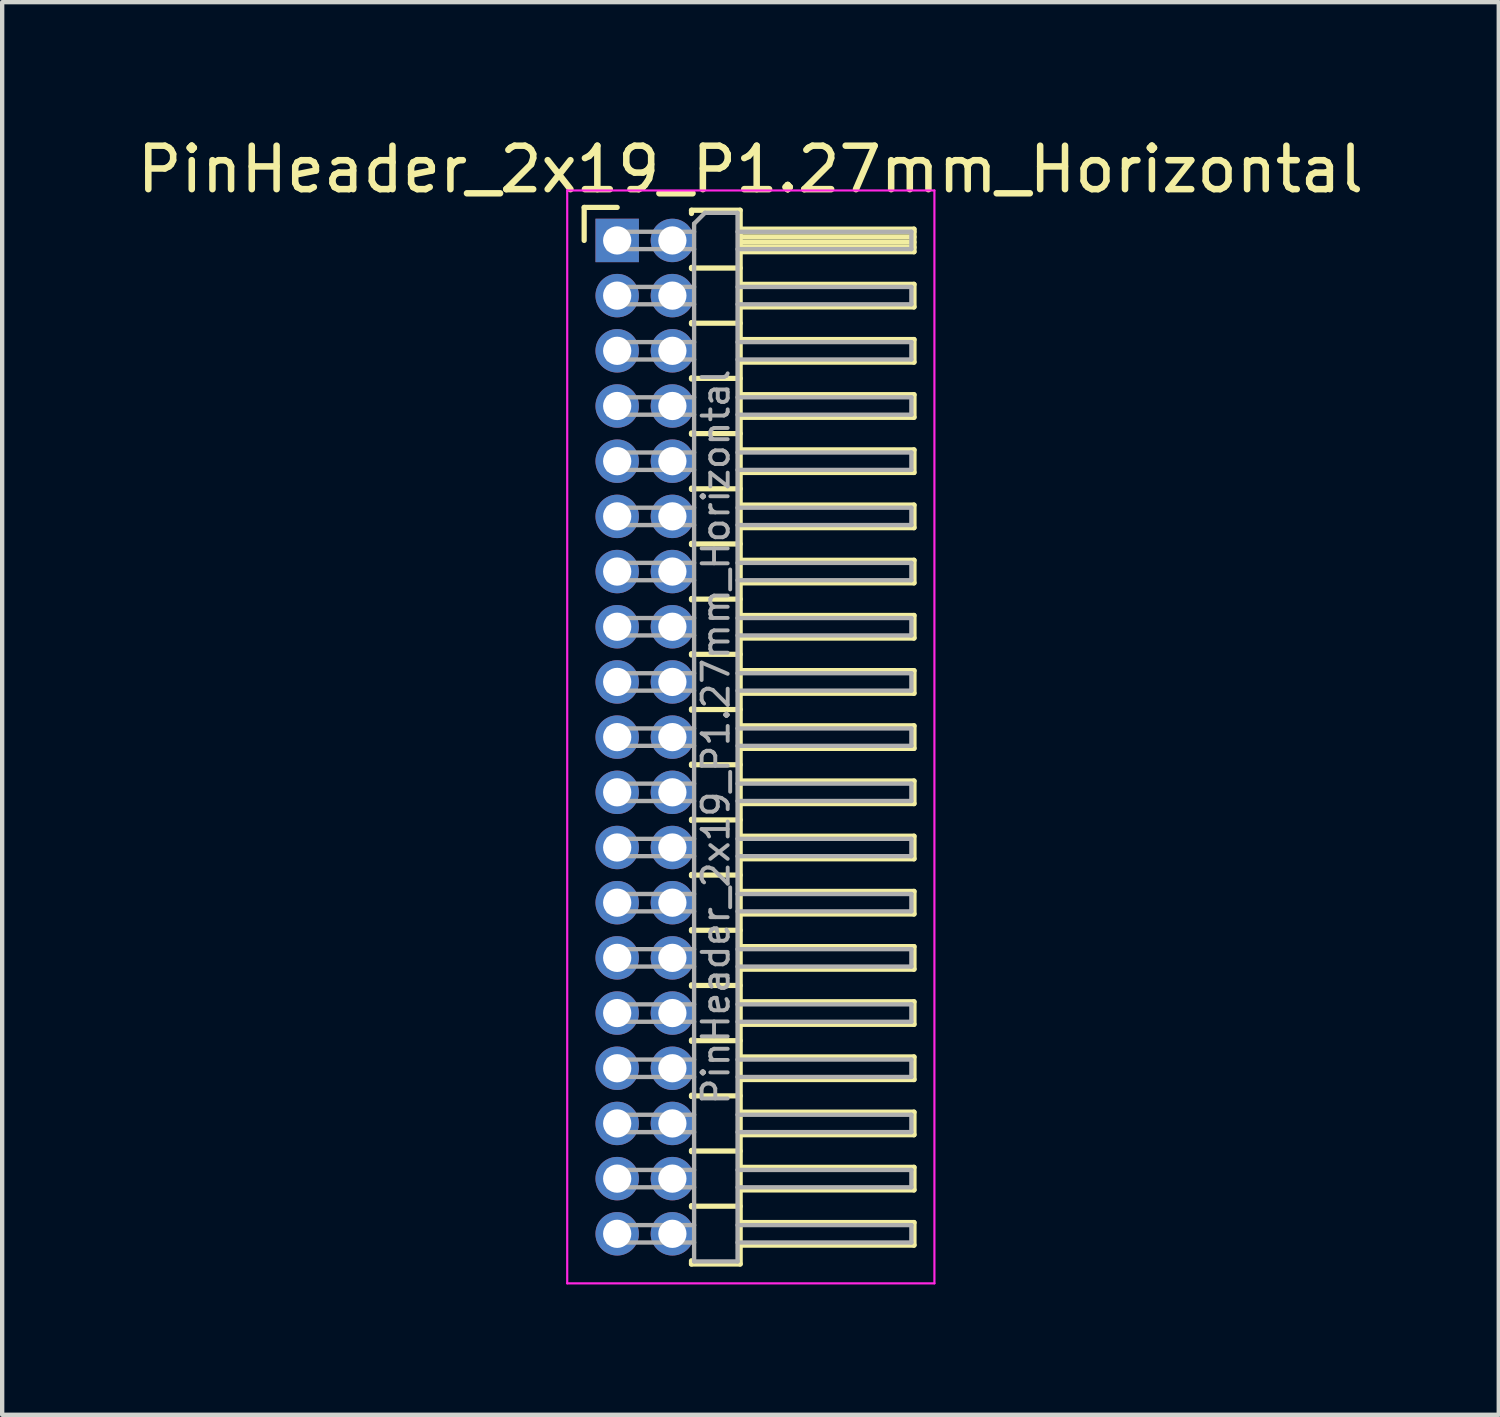
<source format=kicad_pcb>
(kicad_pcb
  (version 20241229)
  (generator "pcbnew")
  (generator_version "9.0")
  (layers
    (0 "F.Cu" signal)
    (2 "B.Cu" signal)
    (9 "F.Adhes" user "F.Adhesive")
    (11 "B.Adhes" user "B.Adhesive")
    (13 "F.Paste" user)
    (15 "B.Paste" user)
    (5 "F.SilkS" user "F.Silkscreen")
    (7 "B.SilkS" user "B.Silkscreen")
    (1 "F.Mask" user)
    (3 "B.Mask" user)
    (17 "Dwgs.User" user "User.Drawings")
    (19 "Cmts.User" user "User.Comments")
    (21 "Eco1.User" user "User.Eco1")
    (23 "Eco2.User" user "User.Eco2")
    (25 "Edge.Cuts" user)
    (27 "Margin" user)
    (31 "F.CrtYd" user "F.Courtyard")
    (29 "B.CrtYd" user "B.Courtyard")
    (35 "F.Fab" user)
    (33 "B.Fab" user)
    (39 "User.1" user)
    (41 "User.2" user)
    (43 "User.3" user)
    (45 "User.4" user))
  (footprint "PinHeader_2x19_P1.27mm_Horizontal"
    (layer "F.Cu")
    (at 11.153 2.483)
    (property "Reference" "PinHeader_2x19_P1.27mm_Horizontal" (at 3.067 -1.635 0) (layer "F.SilkS") (effects (font (size 1 1) (thickness 0.15))))
    (attr through_hole)
    (fp_line (start -0.76 -0.76) (end 0 -0.76) (stroke (width 0.12) (type solid)) (layer "F.SilkS"))
    (fp_line (start -0.76 0) (end -0.76 -0.76) (stroke (width 0.12) (type solid)) (layer "F.SilkS"))
    (fp_line (start 1.71 -0.695) (end 2.83 -0.695) (stroke (width 0.12) (type solid)) (layer "F.SilkS"))
    (fp_line (start 1.71 -0.62) (end 1.71 -0.695) (stroke (width 0.12) (type solid)) (layer "F.SilkS"))
    (fp_line (start 1.71 0.62) (end 1.71 0.65) (stroke (width 0.12) (type solid)) (layer "F.SilkS"))
    (fp_line (start 1.71 0.635) (end 2.83 0.635) (stroke (width 0.12) (type solid)) (layer "F.SilkS"))
    (fp_line (start 1.71 1.89) (end 1.71 1.92) (stroke (width 0.12) (type solid)) (layer "F.SilkS"))
    (fp_line (start 1.71 1.905) (end 2.83 1.905) (stroke (width 0.12) (type solid)) (layer "F.SilkS"))
    (fp_line (start 1.71 3.16) (end 1.71 3.19) (stroke (width 0.12) (type solid)) (layer "F.SilkS"))
    (fp_line (start 1.71 3.175) (end 2.83 3.175) (stroke (width 0.12) (type solid)) (layer "F.SilkS"))
    (fp_line (start 1.71 4.43) (end 1.71 4.46) (stroke (width 0.12) (type solid)) (layer "F.SilkS"))
    (fp_line (start 1.71 4.445) (end 2.83 4.445) (stroke (width 0.12) (type solid)) (layer "F.SilkS"))
    (fp_line (start 1.71 5.7) (end 1.71 5.73) (stroke (width 0.12) (type solid)) (layer "F.SilkS"))
    (fp_line (start 1.71 5.715) (end 2.83 5.715) (stroke (width 0.12) (type solid)) (layer "F.SilkS"))
    (fp_line (start 1.71 6.97) (end 1.71 7) (stroke (width 0.12) (type solid)) (layer "F.SilkS"))
    (fp_line (start 1.71 6.985) (end 2.83 6.985) (stroke (width 0.12) (type solid)) (layer "F.SilkS"))
    (fp_line (start 1.71 8.24) (end 1.71 8.27) (stroke (width 0.12) (type solid)) (layer "F.SilkS"))
    (fp_line (start 1.71 8.255) (end 2.83 8.255) (stroke (width 0.12) (type solid)) (layer "F.SilkS"))
    (fp_line (start 1.71 9.51) (end 1.71 9.54) (stroke (width 0.12) (type solid)) (layer "F.SilkS"))
    (fp_line (start 1.71 9.525) (end 2.83 9.525) (stroke (width 0.12) (type solid)) (layer "F.SilkS"))
    (fp_line (start 1.71 10.78) (end 1.71 10.81) (stroke (width 0.12) (type solid)) (layer "F.SilkS"))
    (fp_line (start 1.71 10.795) (end 2.83 10.795) (stroke (width 0.12) (type solid)) (layer "F.SilkS"))
    (fp_line (start 1.71 12.05) (end 1.71 12.08) (stroke (width 0.12) (type solid)) (layer "F.SilkS"))
    (fp_line (start 1.71 12.065) (end 2.83 12.065) (stroke (width 0.12) (type solid)) (layer "F.SilkS"))
    (fp_line (start 1.71 13.32) (end 1.71 13.35) (stroke (width 0.12) (type solid)) (layer "F.SilkS"))
    (fp_line (start 1.71 13.335) (end 2.83 13.335) (stroke (width 0.12) (type solid)) (layer "F.SilkS"))
    (fp_line (start 1.71 14.59) (end 1.71 14.62) (stroke (width 0.12) (type solid)) (layer "F.SilkS"))
    (fp_line (start 1.71 14.605) (end 2.83 14.605) (stroke (width 0.12) (type solid)) (layer "F.SilkS"))
    (fp_line (start 1.71 15.86) (end 1.71 15.89) (stroke (width 0.12) (type solid)) (layer "F.SilkS"))
    (fp_line (start 1.71 15.875) (end 2.83 15.875) (stroke (width 0.12) (type solid)) (layer "F.SilkS"))
    (fp_line (start 1.71 17.13) (end 1.71 17.16) (stroke (width 0.12) (type solid)) (layer "F.SilkS"))
    (fp_line (start 1.71 17.145) (end 2.83 17.145) (stroke (width 0.12) (type solid)) (layer "F.SilkS"))
    (fp_line (start 1.71 18.4) (end 1.71 18.43) (stroke (width 0.12) (type solid)) (layer "F.SilkS"))
    (fp_line (start 1.71 18.415) (end 2.83 18.415) (stroke (width 0.12) (type solid)) (layer "F.SilkS"))
    (fp_line (start 1.71 19.67) (end 1.71 19.7) (stroke (width 0.12) (type solid)) (layer "F.SilkS"))
    (fp_line (start 1.71 19.685) (end 2.83 19.685) (stroke (width 0.12) (type solid)) (layer "F.SilkS"))
    (fp_line (start 1.71 20.94) (end 1.71 20.97) (stroke (width 0.12) (type solid)) (layer "F.SilkS"))
    (fp_line (start 1.71 20.955) (end 2.83 20.955) (stroke (width 0.12) (type solid)) (layer "F.SilkS"))
    (fp_line (start 1.71 22.21) (end 1.71 22.24) (stroke (width 0.12) (type solid)) (layer "F.SilkS"))
    (fp_line (start 1.71 22.225) (end 2.83 22.225) (stroke (width 0.12) (type solid)) (layer "F.SilkS"))
    (fp_line (start 1.71 23.555) (end 1.71 23.48) (stroke (width 0.12) (type solid)) (layer "F.SilkS"))
    (fp_line (start 2.83 -0.695) (end 2.83 23.555) (stroke (width 0.12) (type solid)) (layer "F.SilkS"))
    (fp_line (start 2.83 -0.26) (end 6.83 -0.26) (stroke (width 0.12) (type solid)) (layer "F.SilkS"))
    (fp_line (start 2.83 -0.2) (end 6.83 -0.2) (stroke (width 0.12) (type solid)) (layer "F.SilkS"))
    (fp_line (start 2.83 -0.08) (end 6.83 -0.08) (stroke (width 0.12) (type solid)) (layer "F.SilkS"))
    (fp_line (start 2.83 0.04) (end 6.83 0.04) (stroke (width 0.12) (type solid)) (layer "F.SilkS"))
    (fp_line (start 2.83 0.16) (end 6.83 0.16) (stroke (width 0.12) (type solid)) (layer "F.SilkS"))
    (fp_line (start 2.83 1.01) (end 6.83 1.01) (stroke (width 0.12) (type solid)) (layer "F.SilkS"))
    (fp_line (start 2.83 2.28) (end 6.83 2.28) (stroke (width 0.12) (type solid)) (layer "F.SilkS"))
    (fp_line (start 2.83 3.55) (end 6.83 3.55) (stroke (width 0.12) (type solid)) (layer "F.SilkS"))
    (fp_line (start 2.83 4.82) (end 6.83 4.82) (stroke (width 0.12) (type solid)) (layer "F.SilkS"))
    (fp_line (start 2.83 6.09) (end 6.83 6.09) (stroke (width 0.12) (type solid)) (layer "F.SilkS"))
    (fp_line (start 2.83 7.36) (end 6.83 7.36) (stroke (width 0.12) (type solid)) (layer "F.SilkS"))
    (fp_line (start 2.83 8.63) (end 6.83 8.63) (stroke (width 0.12) (type solid)) (layer "F.SilkS"))
    (fp_line (start 2.83 9.9) (end 6.83 9.9) (stroke (width 0.12) (type solid)) (layer "F.SilkS"))
    (fp_line (start 2.83 11.17) (end 6.83 11.17) (stroke (width 0.12) (type solid)) (layer "F.SilkS"))
    (fp_line (start 2.83 12.44) (end 6.83 12.44) (stroke (width 0.12) (type solid)) (layer "F.SilkS"))
    (fp_line (start 2.83 13.71) (end 6.83 13.71) (stroke (width 0.12) (type solid)) (layer "F.SilkS"))
    (fp_line (start 2.83 14.98) (end 6.83 14.98) (stroke (width 0.12) (type solid)) (layer "F.SilkS"))
    (fp_line (start 2.83 16.25) (end 6.83 16.25) (stroke (width 0.12) (type solid)) (layer "F.SilkS"))
    (fp_line (start 2.83 17.52) (end 6.83 17.52) (stroke (width 0.12) (type solid)) (layer "F.SilkS"))
    (fp_line (start 2.83 18.79) (end 6.83 18.79) (stroke (width 0.12) (type solid)) (layer "F.SilkS"))
    (fp_line (start 2.83 20.06) (end 6.83 20.06) (stroke (width 0.12) (type solid)) (layer "F.SilkS"))
    (fp_line (start 2.83 21.33) (end 6.83 21.33) (stroke (width 0.12) (type solid)) (layer "F.SilkS"))
    (fp_line (start 2.83 22.6) (end 6.83 22.6) (stroke (width 0.12) (type solid)) (layer "F.SilkS"))
    (fp_line (start 2.83 23.555) (end 1.71 23.555) (stroke (width 0.12) (type solid)) (layer "F.SilkS"))
    (fp_line (start 6.83 -0.26) (end 6.83 0.26) (stroke (width 0.12) (type solid)) (layer "F.SilkS"))
    (fp_line (start 6.83 0.26) (end 2.83 0.26) (stroke (width 0.12) (type solid)) (layer "F.SilkS"))
    (fp_line (start 6.83 1.01) (end 6.83 1.53) (stroke (width 0.12) (type solid)) (layer "F.SilkS"))
    (fp_line (start 6.83 1.53) (end 2.83 1.53) (stroke (width 0.12) (type solid)) (layer "F.SilkS"))
    (fp_line (start 6.83 2.28) (end 6.83 2.8) (stroke (width 0.12) (type solid)) (layer "F.SilkS"))
    (fp_line (start 6.83 2.8) (end 2.83 2.8) (stroke (width 0.12) (type solid)) (layer "F.SilkS"))
    (fp_line (start 6.83 3.55) (end 6.83 4.07) (stroke (width 0.12) (type solid)) (layer "F.SilkS"))
    (fp_line (start 6.83 4.07) (end 2.83 4.07) (stroke (width 0.12) (type solid)) (layer "F.SilkS"))
    (fp_line (start 6.83 4.82) (end 6.83 5.34) (stroke (width 0.12) (type solid)) (layer "F.SilkS"))
    (fp_line (start 6.83 5.34) (end 2.83 5.34) (stroke (width 0.12) (type solid)) (layer "F.SilkS"))
    (fp_line (start 6.83 6.09) (end 6.83 6.61) (stroke (width 0.12) (type solid)) (layer "F.SilkS"))
    (fp_line (start 6.83 6.61) (end 2.83 6.61) (stroke (width 0.12) (type solid)) (layer "F.SilkS"))
    (fp_line (start 6.83 7.36) (end 6.83 7.88) (stroke (width 0.12) (type solid)) (layer "F.SilkS"))
    (fp_line (start 6.83 7.88) (end 2.83 7.88) (stroke (width 0.12) (type solid)) (layer "F.SilkS"))
    (fp_line (start 6.83 8.63) (end 6.83 9.15) (stroke (width 0.12) (type solid)) (layer "F.SilkS"))
    (fp_line (start 6.83 9.15) (end 2.83 9.15) (stroke (width 0.12) (type solid)) (layer "F.SilkS"))
    (fp_line (start 6.83 9.9) (end 6.83 10.42) (stroke (width 0.12) (type solid)) (layer "F.SilkS"))
    (fp_line (start 6.83 10.42) (end 2.83 10.42) (stroke (width 0.12) (type solid)) (layer "F.SilkS"))
    (fp_line (start 6.83 11.17) (end 6.83 11.69) (stroke (width 0.12) (type solid)) (layer "F.SilkS"))
    (fp_line (start 6.83 11.69) (end 2.83 11.69) (stroke (width 0.12) (type solid)) (layer "F.SilkS"))
    (fp_line (start 6.83 12.44) (end 6.83 12.96) (stroke (width 0.12) (type solid)) (layer "F.SilkS"))
    (fp_line (start 6.83 12.96) (end 2.83 12.96) (stroke (width 0.12) (type solid)) (layer "F.SilkS"))
    (fp_line (start 6.83 13.71) (end 6.83 14.23) (stroke (width 0.12) (type solid)) (layer "F.SilkS"))
    (fp_line (start 6.83 14.23) (end 2.83 14.23) (stroke (width 0.12) (type solid)) (layer "F.SilkS"))
    (fp_line (start 6.83 14.98) (end 6.83 15.5) (stroke (width 0.12) (type solid)) (layer "F.SilkS"))
    (fp_line (start 6.83 15.5) (end 2.83 15.5) (stroke (width 0.12) (type solid)) (layer "F.SilkS"))
    (fp_line (start 6.83 16.25) (end 6.83 16.77) (stroke (width 0.12) (type solid)) (layer "F.SilkS"))
    (fp_line (start 6.83 16.77) (end 2.83 16.77) (stroke (width 0.12) (type solid)) (layer "F.SilkS"))
    (fp_line (start 6.83 17.52) (end 6.83 18.04) (stroke (width 0.12) (type solid)) (layer "F.SilkS"))
    (fp_line (start 6.83 18.04) (end 2.83 18.04) (stroke (width 0.12) (type solid)) (layer "F.SilkS"))
    (fp_line (start 6.83 18.79) (end 6.83 19.31) (stroke (width 0.12) (type solid)) (layer "F.SilkS"))
    (fp_line (start 6.83 19.31) (end 2.83 19.31) (stroke (width 0.12) (type solid)) (layer "F.SilkS"))
    (fp_line (start 6.83 20.06) (end 6.83 20.58) (stroke (width 0.12) (type solid)) (layer "F.SilkS"))
    (fp_line (start 6.83 20.58) (end 2.83 20.58) (stroke (width 0.12) (type solid)) (layer "F.SilkS"))
    (fp_line (start 6.83 21.33) (end 6.83 21.85) (stroke (width 0.12) (type solid)) (layer "F.SilkS"))
    (fp_line (start 6.83 21.85) (end 2.83 21.85) (stroke (width 0.12) (type solid)) (layer "F.SilkS"))
    (fp_line (start 6.83 22.6) (end 6.83 23.12) (stroke (width 0.12) (type solid)) (layer "F.SilkS"))
    (fp_line (start 6.83 23.12) (end 2.83 23.12) (stroke (width 0.12) (type solid)) (layer "F.SilkS"))
    (fp_line (start -1.15 -1.15) (end -1.15 24) (stroke (width 0.05) (type solid)) (layer "F.CrtYd"))
    (fp_line (start -1.15 24) (end 7.3 24) (stroke (width 0.05) (type solid)) (layer "F.CrtYd"))
    (fp_line (start 7.3 -1.15) (end -1.15 -1.15) (stroke (width 0.05) (type solid)) (layer "F.CrtYd"))
    (fp_line (start 7.3 24) (end 7.3 -1.15) (stroke (width 0.05) (type solid)) (layer "F.CrtYd"))
    (fp_line (start -0.2 -0.2) (end -0.2 0.2) (stroke (width 0.1) (type solid)) (layer "F.Fab"))
    (fp_line (start -0.2 -0.2) (end 1.77 -0.2) (stroke (width 0.1) (type solid)) (layer "F.Fab"))
    (fp_line (start -0.2 0.2) (end 1.77 0.2) (stroke (width 0.1) (type solid)) (layer "F.Fab"))
    (fp_line (start -0.2 1.07) (end -0.2 1.47) (stroke (width 0.1) (type solid)) (layer "F.Fab"))
    (fp_line (start -0.2 1.07) (end 1.77 1.07) (stroke (width 0.1) (type solid)) (layer "F.Fab"))
    (fp_line (start -0.2 1.47) (end 1.77 1.47) (stroke (width 0.1) (type solid)) (layer "F.Fab"))
    (fp_line (start -0.2 2.34) (end -0.2 2.74) (stroke (width 0.1) (type solid)) (layer "F.Fab"))
    (fp_line (start -0.2 2.34) (end 1.77 2.34) (stroke (width 0.1) (type solid)) (layer "F.Fab"))
    (fp_line (start -0.2 2.74) (end 1.77 2.74) (stroke (width 0.1) (type solid)) (layer "F.Fab"))
    (fp_line (start -0.2 3.61) (end -0.2 4.01) (stroke (width 0.1) (type solid)) (layer "F.Fab"))
    (fp_line (start -0.2 3.61) (end 1.77 3.61) (stroke (width 0.1) (type solid)) (layer "F.Fab"))
    (fp_line (start -0.2 4.01) (end 1.77 4.01) (stroke (width 0.1) (type solid)) (layer "F.Fab"))
    (fp_line (start -0.2 4.88) (end -0.2 5.28) (stroke (width 0.1) (type solid)) (layer "F.Fab"))
    (fp_line (start -0.2 4.88) (end 1.77 4.88) (stroke (width 0.1) (type solid)) (layer "F.Fab"))
    (fp_line (start -0.2 5.28) (end 1.77 5.28) (stroke (width 0.1) (type solid)) (layer "F.Fab"))
    (fp_line (start -0.2 6.15) (end -0.2 6.55) (stroke (width 0.1) (type solid)) (layer "F.Fab"))
    (fp_line (start -0.2 6.15) (end 1.77 6.15) (stroke (width 0.1) (type solid)) (layer "F.Fab"))
    (fp_line (start -0.2 6.55) (end 1.77 6.55) (stroke (width 0.1) (type solid)) (layer "F.Fab"))
    (fp_line (start -0.2 7.42) (end -0.2 7.82) (stroke (width 0.1) (type solid)) (layer "F.Fab"))
    (fp_line (start -0.2 7.42) (end 1.77 7.42) (stroke (width 0.1) (type solid)) (layer "F.Fab"))
    (fp_line (start -0.2 7.82) (end 1.77 7.82) (stroke (width 0.1) (type solid)) (layer "F.Fab"))
    (fp_line (start -0.2 8.69) (end -0.2 9.09) (stroke (width 0.1) (type solid)) (layer "F.Fab"))
    (fp_line (start -0.2 8.69) (end 1.77 8.69) (stroke (width 0.1) (type solid)) (layer "F.Fab"))
    (fp_line (start -0.2 9.09) (end 1.77 9.09) (stroke (width 0.1) (type solid)) (layer "F.Fab"))
    (fp_line (start -0.2 9.96) (end -0.2 10.36) (stroke (width 0.1) (type solid)) (layer "F.Fab"))
    (fp_line (start -0.2 9.96) (end 1.77 9.96) (stroke (width 0.1) (type solid)) (layer "F.Fab"))
    (fp_line (start -0.2 10.36) (end 1.77 10.36) (stroke (width 0.1) (type solid)) (layer "F.Fab"))
    (fp_line (start -0.2 11.23) (end -0.2 11.63) (stroke (width 0.1) (type solid)) (layer "F.Fab"))
    (fp_line (start -0.2 11.23) (end 1.77 11.23) (stroke (width 0.1) (type solid)) (layer "F.Fab"))
    (fp_line (start -0.2 11.63) (end 1.77 11.63) (stroke (width 0.1) (type solid)) (layer "F.Fab"))
    (fp_line (start -0.2 12.5) (end -0.2 12.9) (stroke (width 0.1) (type solid)) (layer "F.Fab"))
    (fp_line (start -0.2 12.5) (end 1.77 12.5) (stroke (width 0.1) (type solid)) (layer "F.Fab"))
    (fp_line (start -0.2 12.9) (end 1.77 12.9) (stroke (width 0.1) (type solid)) (layer "F.Fab"))
    (fp_line (start -0.2 13.77) (end -0.2 14.17) (stroke (width 0.1) (type solid)) (layer "F.Fab"))
    (fp_line (start -0.2 13.77) (end 1.77 13.77) (stroke (width 0.1) (type solid)) (layer "F.Fab"))
    (fp_line (start -0.2 14.17) (end 1.77 14.17) (stroke (width 0.1) (type solid)) (layer "F.Fab"))
    (fp_line (start -0.2 15.04) (end -0.2 15.44) (stroke (width 0.1) (type solid)) (layer "F.Fab"))
    (fp_line (start -0.2 15.04) (end 1.77 15.04) (stroke (width 0.1) (type solid)) (layer "F.Fab"))
    (fp_line (start -0.2 15.44) (end 1.77 15.44) (stroke (width 0.1) (type solid)) (layer "F.Fab"))
    (fp_line (start -0.2 16.31) (end -0.2 16.71) (stroke (width 0.1) (type solid)) (layer "F.Fab"))
    (fp_line (start -0.2 16.31) (end 1.77 16.31) (stroke (width 0.1) (type solid)) (layer "F.Fab"))
    (fp_line (start -0.2 16.71) (end 1.77 16.71) (stroke (width 0.1) (type solid)) (layer "F.Fab"))
    (fp_line (start -0.2 17.58) (end -0.2 17.98) (stroke (width 0.1) (type solid)) (layer "F.Fab"))
    (fp_line (start -0.2 17.58) (end 1.77 17.58) (stroke (width 0.1) (type solid)) (layer "F.Fab"))
    (fp_line (start -0.2 17.98) (end 1.77 17.98) (stroke (width 0.1) (type solid)) (layer "F.Fab"))
    (fp_line (start -0.2 18.85) (end -0.2 19.25) (stroke (width 0.1) (type solid)) (layer "F.Fab"))
    (fp_line (start -0.2 18.85) (end 1.77 18.85) (stroke (width 0.1) (type solid)) (layer "F.Fab"))
    (fp_line (start -0.2 19.25) (end 1.77 19.25) (stroke (width 0.1) (type solid)) (layer "F.Fab"))
    (fp_line (start -0.2 20.12) (end -0.2 20.52) (stroke (width 0.1) (type solid)) (layer "F.Fab"))
    (fp_line (start -0.2 20.12) (end 1.77 20.12) (stroke (width 0.1) (type solid)) (layer "F.Fab"))
    (fp_line (start -0.2 20.52) (end 1.77 20.52) (stroke (width 0.1) (type solid)) (layer "F.Fab"))
    (fp_line (start -0.2 21.39) (end -0.2 21.79) (stroke (width 0.1) (type solid)) (layer "F.Fab"))
    (fp_line (start -0.2 21.39) (end 1.77 21.39) (stroke (width 0.1) (type solid)) (layer "F.Fab"))
    (fp_line (start -0.2 21.79) (end 1.77 21.79) (stroke (width 0.1) (type solid)) (layer "F.Fab"))
    (fp_line (start -0.2 22.66) (end -0.2 23.06) (stroke (width 0.1) (type solid)) (layer "F.Fab"))
    (fp_line (start -0.2 22.66) (end 1.77 22.66) (stroke (width 0.1) (type solid)) (layer "F.Fab"))
    (fp_line (start -0.2 23.06) (end 1.77 23.06) (stroke (width 0.1) (type solid)) (layer "F.Fab"))
    (fp_line (start 1.77 -0.385) (end 2.02 -0.635) (stroke (width 0.1) (type solid)) (layer "F.Fab"))
    (fp_line (start 1.77 23.495) (end 1.77 -0.385) (stroke (width 0.1) (type solid)) (layer "F.Fab"))
    (fp_line (start 2.02 -0.635) (end 2.77 -0.635) (stroke (width 0.1) (type solid)) (layer "F.Fab"))
    (fp_line (start 2.77 -0.635) (end 2.77 23.495) (stroke (width 0.1) (type solid)) (layer "F.Fab"))
    (fp_line (start 2.77 -0.2) (end 6.77 -0.2) (stroke (width 0.1) (type solid)) (layer "F.Fab"))
    (fp_line (start 2.77 0.2) (end 6.77 0.2) (stroke (width 0.1) (type solid)) (layer "F.Fab"))
    (fp_line (start 2.77 1.07) (end 6.77 1.07) (stroke (width 0.1) (type solid)) (layer "F.Fab"))
    (fp_line (start 2.77 1.47) (end 6.77 1.47) (stroke (width 0.1) (type solid)) (layer "F.Fab"))
    (fp_line (start 2.77 2.34) (end 6.77 2.34) (stroke (width 0.1) (type solid)) (layer "F.Fab"))
    (fp_line (start 2.77 2.74) (end 6.77 2.74) (stroke (width 0.1) (type solid)) (layer "F.Fab"))
    (fp_line (start 2.77 3.61) (end 6.77 3.61) (stroke (width 0.1) (type solid)) (layer "F.Fab"))
    (fp_line (start 2.77 4.01) (end 6.77 4.01) (stroke (width 0.1) (type solid)) (layer "F.Fab"))
    (fp_line (start 2.77 4.88) (end 6.77 4.88) (stroke (width 0.1) (type solid)) (layer "F.Fab"))
    (fp_line (start 2.77 5.28) (end 6.77 5.28) (stroke (width 0.1) (type solid)) (layer "F.Fab"))
    (fp_line (start 2.77 6.15) (end 6.77 6.15) (stroke (width 0.1) (type solid)) (layer "F.Fab"))
    (fp_line (start 2.77 6.55) (end 6.77 6.55) (stroke (width 0.1) (type solid)) (layer "F.Fab"))
    (fp_line (start 2.77 7.42) (end 6.77 7.42) (stroke (width 0.1) (type solid)) (layer "F.Fab"))
    (fp_line (start 2.77 7.82) (end 6.77 7.82) (stroke (width 0.1) (type solid)) (layer "F.Fab"))
    (fp_line (start 2.77 8.69) (end 6.77 8.69) (stroke (width 0.1) (type solid)) (layer "F.Fab"))
    (fp_line (start 2.77 9.09) (end 6.77 9.09) (stroke (width 0.1) (type solid)) (layer "F.Fab"))
    (fp_line (start 2.77 9.96) (end 6.77 9.96) (stroke (width 0.1) (type solid)) (layer "F.Fab"))
    (fp_line (start 2.77 10.36) (end 6.77 10.36) (stroke (width 0.1) (type solid)) (layer "F.Fab"))
    (fp_line (start 2.77 11.23) (end 6.77 11.23) (stroke (width 0.1) (type solid)) (layer "F.Fab"))
    (fp_line (start 2.77 11.63) (end 6.77 11.63) (stroke (width 0.1) (type solid)) (layer "F.Fab"))
    (fp_line (start 2.77 12.5) (end 6.77 12.5) (stroke (width 0.1) (type solid)) (layer "F.Fab"))
    (fp_line (start 2.77 12.9) (end 6.77 12.9) (stroke (width 0.1) (type solid)) (layer "F.Fab"))
    (fp_line (start 2.77 13.77) (end 6.77 13.77) (stroke (width 0.1) (type solid)) (layer "F.Fab"))
    (fp_line (start 2.77 14.17) (end 6.77 14.17) (stroke (width 0.1) (type solid)) (layer "F.Fab"))
    (fp_line (start 2.77 15.04) (end 6.77 15.04) (stroke (width 0.1) (type solid)) (layer "F.Fab"))
    (fp_line (start 2.77 15.44) (end 6.77 15.44) (stroke (width 0.1) (type solid)) (layer "F.Fab"))
    (fp_line (start 2.77 16.31) (end 6.77 16.31) (stroke (width 0.1) (type solid)) (layer "F.Fab"))
    (fp_line (start 2.77 16.71) (end 6.77 16.71) (stroke (width 0.1) (type solid)) (layer "F.Fab"))
    (fp_line (start 2.77 17.58) (end 6.77 17.58) (stroke (width 0.1) (type solid)) (layer "F.Fab"))
    (fp_line (start 2.77 17.98) (end 6.77 17.98) (stroke (width 0.1) (type solid)) (layer "F.Fab"))
    (fp_line (start 2.77 18.85) (end 6.77 18.85) (stroke (width 0.1) (type solid)) (layer "F.Fab"))
    (fp_line (start 2.77 19.25) (end 6.77 19.25) (stroke (width 0.1) (type solid)) (layer "F.Fab"))
    (fp_line (start 2.77 20.12) (end 6.77 20.12) (stroke (width 0.1) (type solid)) (layer "F.Fab"))
    (fp_line (start 2.77 20.52) (end 6.77 20.52) (stroke (width 0.1) (type solid)) (layer "F.Fab"))
    (fp_line (start 2.77 21.39) (end 6.77 21.39) (stroke (width 0.1) (type solid)) (layer "F.Fab"))
    (fp_line (start 2.77 21.79) (end 6.77 21.79) (stroke (width 0.1) (type solid)) (layer "F.Fab"))
    (fp_line (start 2.77 22.66) (end 6.77 22.66) (stroke (width 0.1) (type solid)) (layer "F.Fab"))
    (fp_line (start 2.77 23.06) (end 6.77 23.06) (stroke (width 0.1) (type solid)) (layer "F.Fab"))
    (fp_line (start 2.77 23.495) (end 1.77 23.495) (stroke (width 0.1) (type solid)) (layer "F.Fab"))
    (fp_line (start 6.77 -0.2) (end 6.77 0.2) (stroke (width 0.1) (type solid)) (layer "F.Fab"))
    (fp_line (start 6.77 1.07) (end 6.77 1.47) (stroke (width 0.1) (type solid)) (layer "F.Fab"))
    (fp_line (start 6.77 2.34) (end 6.77 2.74) (stroke (width 0.1) (type solid)) (layer "F.Fab"))
    (fp_line (start 6.77 3.61) (end 6.77 4.01) (stroke (width 0.1) (type solid)) (layer "F.Fab"))
    (fp_line (start 6.77 4.88) (end 6.77 5.28) (stroke (width 0.1) (type solid)) (layer "F.Fab"))
    (fp_line (start 6.77 6.15) (end 6.77 6.55) (stroke (width 0.1) (type solid)) (layer "F.Fab"))
    (fp_line (start 6.77 7.42) (end 6.77 7.82) (stroke (width 0.1) (type solid)) (layer "F.Fab"))
    (fp_line (start 6.77 8.69) (end 6.77 9.09) (stroke (width 0.1) (type solid)) (layer "F.Fab"))
    (fp_line (start 6.77 9.96) (end 6.77 10.36) (stroke (width 0.1) (type solid)) (layer "F.Fab"))
    (fp_line (start 6.77 11.23) (end 6.77 11.63) (stroke (width 0.1) (type solid)) (layer "F.Fab"))
    (fp_line (start 6.77 12.5) (end 6.77 12.9) (stroke (width 0.1) (type solid)) (layer "F.Fab"))
    (fp_line (start 6.77 13.77) (end 6.77 14.17) (stroke (width 0.1) (type solid)) (layer "F.Fab"))
    (fp_line (start 6.77 15.04) (end 6.77 15.44) (stroke (width 0.1) (type solid)) (layer "F.Fab"))
    (fp_line (start 6.77 16.31) (end 6.77 16.71) (stroke (width 0.1) (type solid)) (layer "F.Fab"))
    (fp_line (start 6.77 17.58) (end 6.77 17.98) (stroke (width 0.1) (type solid)) (layer "F.Fab"))
    (fp_line (start 6.77 18.85) (end 6.77 19.25) (stroke (width 0.1) (type solid)) (layer "F.Fab"))
    (fp_line (start 6.77 20.12) (end 6.77 20.52) (stroke (width 0.1) (type solid)) (layer "F.Fab"))
    (fp_line (start 6.77 21.39) (end 6.77 21.79) (stroke (width 0.1) (type solid)) (layer "F.Fab"))
    (fp_line (start 6.77 22.66) (end 6.77 23.06) (stroke (width 0.1) (type solid)) (layer "F.Fab"))
    (fp_text user "${REFERENCE}" (at 2.27 11.43 90) (layer "F.Fab") (effects (font (size 0.6 0.6) (thickness 0.09))))
    (pad "1" thru_hole rect (at 0 0) (size 1 1) (drill 0.65) (layers "*.Cu" "*.Mask"))
    (pad "2" thru_hole oval (at 1.27 0) (size 1 1) (drill 0.65) (layers "*.Cu" "*.Mask"))
    (pad "3" thru_hole oval (at 0 1.27) (size 1 1) (drill 0.65) (layers "*.Cu" "*.Mask"))
    (pad "4" thru_hole oval (at 1.27 1.27) (size 1 1) (drill 0.65) (layers "*.Cu" "*.Mask"))
    (pad "5" thru_hole oval (at 0 2.54) (size 1 1) (drill 0.65) (layers "*.Cu" "*.Mask"))
    (pad "6" thru_hole oval (at 1.27 2.54) (size 1 1) (drill 0.65) (layers "*.Cu" "*.Mask"))
    (pad "7" thru_hole oval (at 0 3.81) (size 1 1) (drill 0.65) (layers "*.Cu" "*.Mask"))
    (pad "8" thru_hole oval (at 1.27 3.81) (size 1 1) (drill 0.65) (layers "*.Cu" "*.Mask"))
    (pad "9" thru_hole oval (at 0 5.08) (size 1 1) (drill 0.65) (layers "*.Cu" "*.Mask"))
    (pad "10" thru_hole oval (at 1.27 5.08) (size 1 1) (drill 0.65) (layers "*.Cu" "*.Mask"))
    (pad "11" thru_hole oval (at 0 6.35) (size 1 1) (drill 0.65) (layers "*.Cu" "*.Mask"))
    (pad "12" thru_hole oval (at 1.27 6.35) (size 1 1) (drill 0.65) (layers "*.Cu" "*.Mask"))
    (pad "13" thru_hole oval (at 0 7.62) (size 1 1) (drill 0.65) (layers "*.Cu" "*.Mask"))
    (pad "14" thru_hole oval (at 1.27 7.62) (size 1 1) (drill 0.65) (layers "*.Cu" "*.Mask"))
    (pad "15" thru_hole oval (at 0 8.89) (size 1 1) (drill 0.65) (layers "*.Cu" "*.Mask"))
    (pad "16" thru_hole oval (at 1.27 8.89) (size 1 1) (drill 0.65) (layers "*.Cu" "*.Mask"))
    (pad "17" thru_hole oval (at 0 10.16) (size 1 1) (drill 0.65) (layers "*.Cu" "*.Mask"))
    (pad "18" thru_hole oval (at 1.27 10.16) (size 1 1) (drill 0.65) (layers "*.Cu" "*.Mask"))
    (pad "19" thru_hole oval (at 0 11.43) (size 1 1) (drill 0.65) (layers "*.Cu" "*.Mask"))
    (pad "20" thru_hole oval (at 1.27 11.43) (size 1 1) (drill 0.65) (layers "*.Cu" "*.Mask"))
    (pad "21" thru_hole oval (at 0 12.7) (size 1 1) (drill 0.65) (layers "*.Cu" "*.Mask"))
    (pad "22" thru_hole oval (at 1.27 12.7) (size 1 1) (drill 0.65) (layers "*.Cu" "*.Mask"))
    (pad "23" thru_hole oval (at 0 13.97) (size 1 1) (drill 0.65) (layers "*.Cu" "*.Mask"))
    (pad "24" thru_hole oval (at 1.27 13.97) (size 1 1) (drill 0.65) (layers "*.Cu" "*.Mask"))
    (pad "25" thru_hole oval (at 0 15.24) (size 1 1) (drill 0.65) (layers "*.Cu" "*.Mask"))
    (pad "26" thru_hole oval (at 1.27 15.24) (size 1 1) (drill 0.65) (layers "*.Cu" "*.Mask"))
    (pad "27" thru_hole oval (at 0 16.51) (size 1 1) (drill 0.65) (layers "*.Cu" "*.Mask"))
    (pad "28" thru_hole oval (at 1.27 16.51) (size 1 1) (drill 0.65) (layers "*.Cu" "*.Mask"))
    (pad "29" thru_hole oval (at 0 17.78) (size 1 1) (drill 0.65) (layers "*.Cu" "*.Mask"))
    (pad "30" thru_hole oval (at 1.27 17.78) (size 1 1) (drill 0.65) (layers "*.Cu" "*.Mask"))
    (pad "31" thru_hole oval (at 0 19.05) (size 1 1) (drill 0.65) (layers "*.Cu" "*.Mask"))
    (pad "32" thru_hole oval (at 1.27 19.05) (size 1 1) (drill 0.65) (layers "*.Cu" "*.Mask"))
    (pad "33" thru_hole oval (at 0 20.32) (size 1 1) (drill 0.65) (layers "*.Cu" "*.Mask"))
    (pad "34" thru_hole oval (at 1.27 20.32) (size 1 1) (drill 0.65) (layers "*.Cu" "*.Mask"))
    (pad "35" thru_hole oval (at 0 21.59) (size 1 1) (drill 0.65) (layers "*.Cu" "*.Mask"))
    (pad "36" thru_hole oval (at 1.27 21.59) (size 1 1) (drill 0.65) (layers "*.Cu" "*.Mask"))
    (pad "37" thru_hole oval (at 0 22.86) (size 1 1) (drill 0.65) (layers "*.Cu" "*.Mask"))
    (pad "38" thru_hole oval (at 1.27 22.86) (size 1 1) (drill 0.65) (layers "*.Cu" "*.Mask")))
  (gr_rect
    (start -3 -3)
    (end 31.44 29.508)
    (stroke (width 0.1) (type default))
    (fill no)
    (layer "Edge.Cuts")))
</source>
